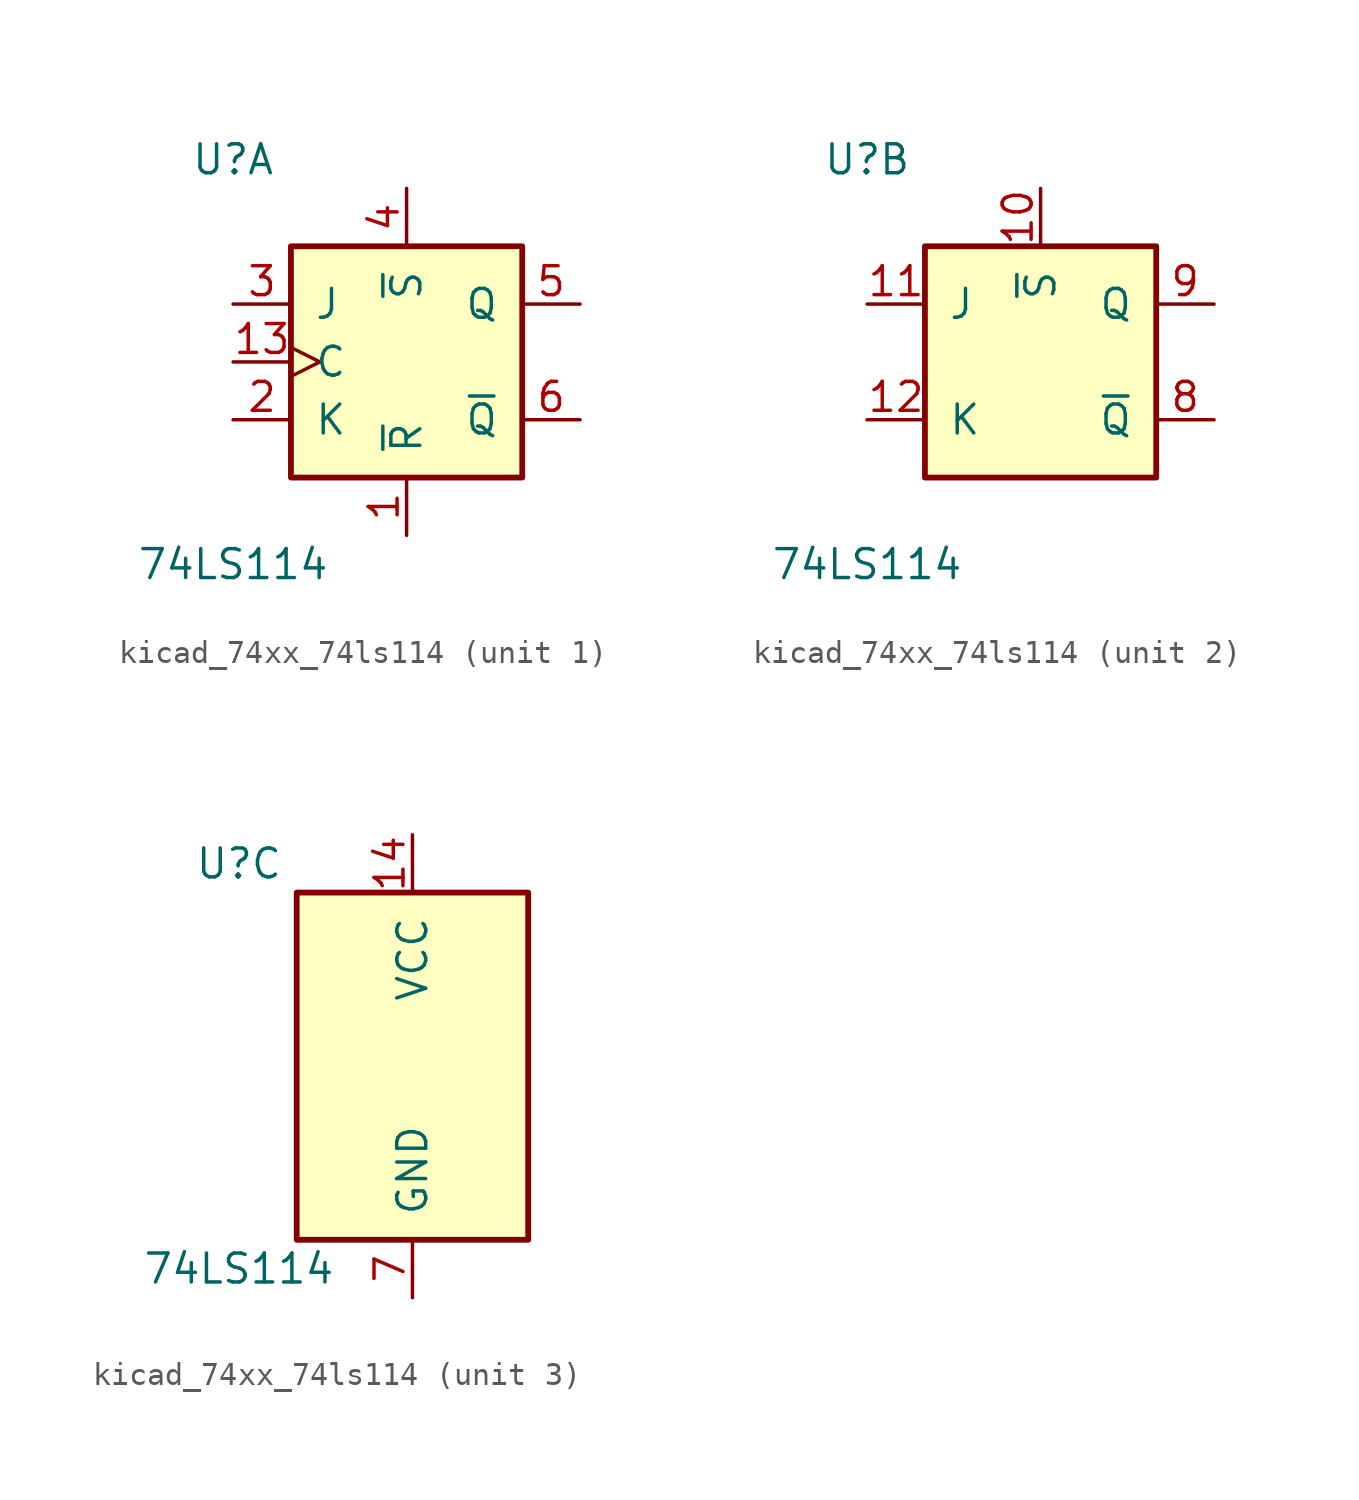
<source format=kicad_sym>
(kicad_symbol_lib
  (version 20220914)
  (generator kicad_symbol_editor)
  (symbol "kicad_74xx_74ls114"
    (pin_names
      (offset 1.016))
    (property "Reference" "U"
      (at -7.62 8.89 0)
      (effects (font (size 1.27 1.27))))
    (property "Value" "74LS114"
      (at -7.62 -8.89 0)
      (effects (font (size 1.27 1.27))))
    (property "ki_locked" ""
      (at 0 0 0)
      (effects (font (size 1.27 1.27))))
    (symbol "kicad_74xx_74ls114_1_0"
      (pin input line (at 0 -7.62 90) (length 2.54) (name "~{R}" (effects (font (size 1.27 1.27)))) (number "1" (effects (font (size 1.27 1.27)))))
      (pin input clock (at -7.62 0 0) (length 2.54) (name "C" (effects (font (size 1.27 1.27)))) (number "13" (effects (font (size 1.27 1.27)))))
      (pin input line (at -7.62 -2.54 0) (length 2.54) (name "K" (effects (font (size 1.27 1.27)))) (number "2" (effects (font (size 1.27 1.27)))))
      (pin input line (at -7.62 2.54 0) (length 2.54) (name "J" (effects (font (size 1.27 1.27)))) (number "3" (effects (font (size 1.27 1.27)))))
      (pin input line (at 0 7.62 270) (length 2.54) (name "~{S}" (effects (font (size 1.27 1.27)))) (number "4" (effects (font (size 1.27 1.27)))))
      (pin output line (at 7.62 2.54 180) (length 2.54) (name "Q" (effects (font (size 1.27 1.27)))) (number "5" (effects (font (size 1.27 1.27)))))
      (pin output line (at 7.62 -2.54 180) (length 2.54) (name "~{Q}" (effects (font (size 1.27 1.27)))) (number "6" (effects (font (size 1.27 1.27))))))
    (symbol "kicad_74xx_74ls114_1_1"
      (rectangle (start -5.08 5.08) (end 5.08 -5.08) (stroke (width 0.254) (type default)) (fill (type background))))
    (symbol "kicad_74xx_74ls114_2_0"
      (pin input line (at 0 7.62 270) (length 2.54) (name "~{S}" (effects (font (size 1.27 1.27)))) (number "10" (effects (font (size 1.27 1.27)))))
      (pin input line (at -7.62 2.54 0) (length 2.54) (name "J" (effects (font (size 1.27 1.27)))) (number "11" (effects (font (size 1.27 1.27)))))
      (pin input line (at -7.62 -2.54 0) (length 2.54) (name "K" (effects (font (size 1.27 1.27)))) (number "12" (effects (font (size 1.27 1.27)))))
      (pin output line (at 7.62 -2.54 180) (length 2.54) (name "~{Q}" (effects (font (size 1.27 1.27)))) (number "8" (effects (font (size 1.27 1.27)))))
      (pin output line (at 7.62 2.54 180) (length 2.54) (name "Q" (effects (font (size 1.27 1.27)))) (number "9" (effects (font (size 1.27 1.27))))))
    (symbol "kicad_74xx_74ls114_2_1"
      (rectangle (start -5.08 5.08) (end 5.08 -5.08) (stroke (width 0.254) (type default)) (fill (type background))))
    (symbol "kicad_74xx_74ls114_3_0"
      (pin power_in line (at 0 10.16 270) (length 2.54) (name "VCC" (effects (font (size 1.27 1.27)))) (number "14" (effects (font (size 1.27 1.27)))))
      (pin power_in line (at 0 -10.16 90) (length 2.54) (name "GND" (effects (font (size 1.27 1.27)))) (number "7" (effects (font (size 1.27 1.27))))))
    (symbol "kicad_74xx_74ls114_3_1"
      (rectangle (start -5.08 7.62) (end 5.08 -7.62) (stroke (width 0.254) (type default)) (fill (type background))))))
</source>
